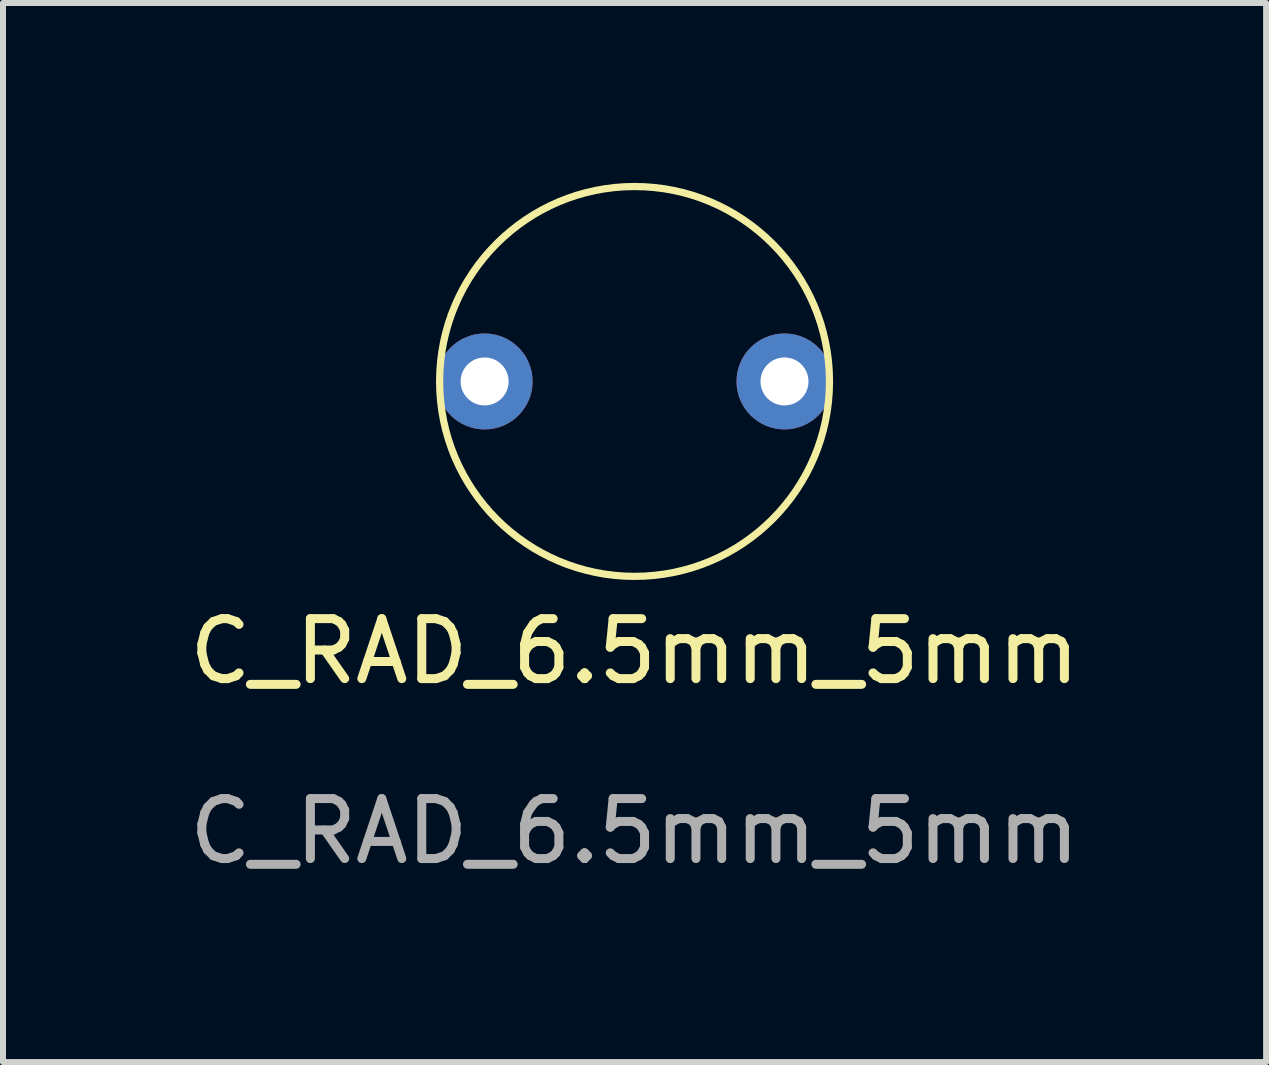
<source format=kicad_pcb>
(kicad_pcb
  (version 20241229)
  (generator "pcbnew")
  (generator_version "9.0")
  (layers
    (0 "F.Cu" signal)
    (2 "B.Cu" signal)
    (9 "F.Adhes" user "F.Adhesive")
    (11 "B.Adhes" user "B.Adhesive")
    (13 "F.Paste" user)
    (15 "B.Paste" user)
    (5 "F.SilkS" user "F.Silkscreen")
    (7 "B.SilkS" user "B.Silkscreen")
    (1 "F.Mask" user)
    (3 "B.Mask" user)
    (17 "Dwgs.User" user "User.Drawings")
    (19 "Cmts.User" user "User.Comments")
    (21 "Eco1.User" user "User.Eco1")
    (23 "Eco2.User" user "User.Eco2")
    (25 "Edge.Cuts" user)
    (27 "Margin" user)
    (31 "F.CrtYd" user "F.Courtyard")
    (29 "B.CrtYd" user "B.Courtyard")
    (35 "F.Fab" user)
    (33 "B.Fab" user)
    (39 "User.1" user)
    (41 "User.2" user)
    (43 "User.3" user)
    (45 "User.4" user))
  (footprint "C_RAD_6.5mm_5mm"
    (layer "F.Cu")
    (at 7.53 3.31)
    (property "Reference" "C_RAD_6.5mm_5mm" (at 0 4.5 0) (unlocked yes) (layer "F.SilkS") (effects (font (size 1 1) (thickness 0.15))))
    (attr through_hole)
    (fp_circle (center 0 0) (end 3.25 0) (stroke (width 0.12) (type solid)) (fill no) (layer "F.SilkS"))
    (fp_text user "${REFERENCE}" (at 0 7.5 0) (unlocked yes) (layer "F.Fab") (effects (font (size 1 1) (thickness 0.15))))
    (pad "1" thru_hole circle (at -2.5 0) (size 1.6 1.6) (drill 0.8) (layers "*.Cu" "*.Mask"))
    (pad "2" thru_hole circle (at 2.5 0) (size 1.6 1.6) (drill 0.8) (layers "*.Cu" "*.Mask")))
  (gr_rect
    (start -3 -3)
    (end 18.06 14.658)
    (stroke (width 0.1) (type default))
    (fill no)
    (layer "Edge.Cuts")))
</source>
